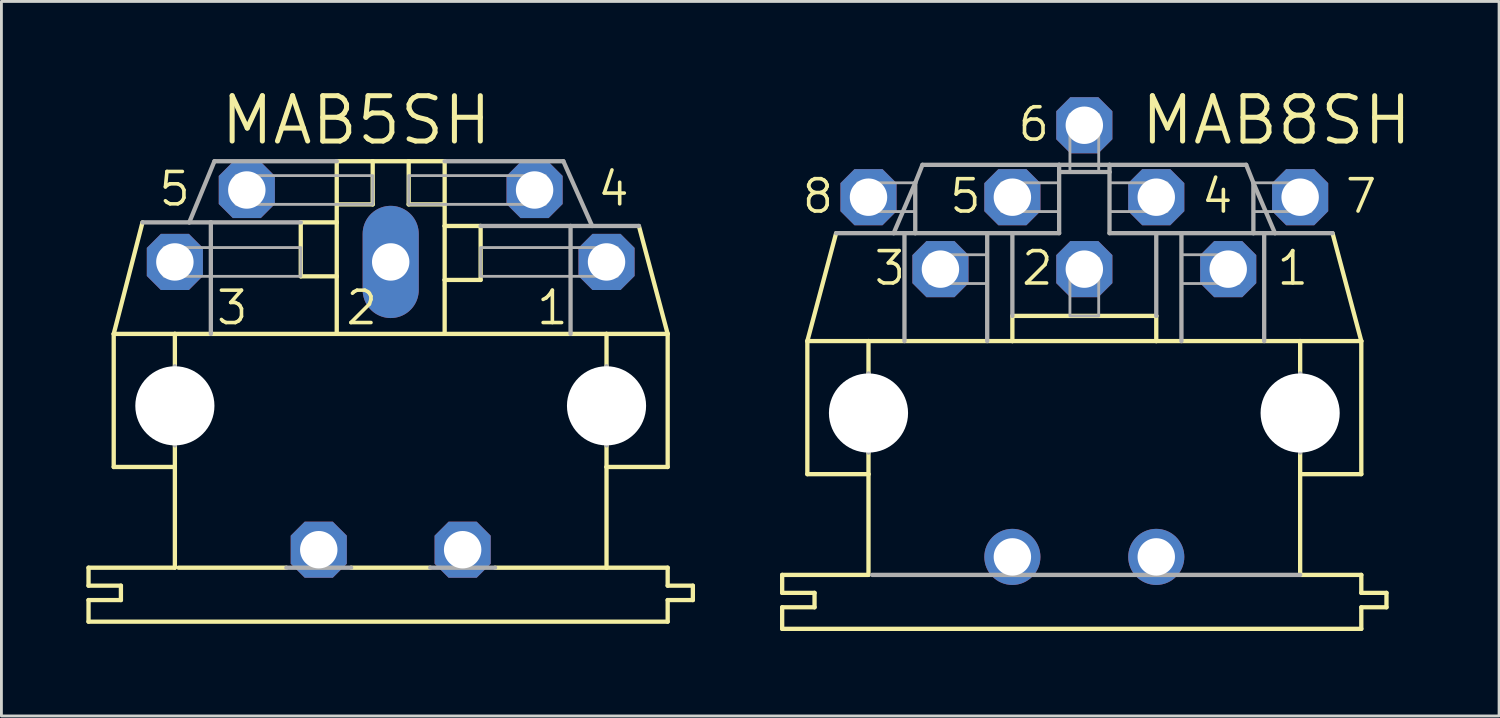
<source format=kicad_pcb>
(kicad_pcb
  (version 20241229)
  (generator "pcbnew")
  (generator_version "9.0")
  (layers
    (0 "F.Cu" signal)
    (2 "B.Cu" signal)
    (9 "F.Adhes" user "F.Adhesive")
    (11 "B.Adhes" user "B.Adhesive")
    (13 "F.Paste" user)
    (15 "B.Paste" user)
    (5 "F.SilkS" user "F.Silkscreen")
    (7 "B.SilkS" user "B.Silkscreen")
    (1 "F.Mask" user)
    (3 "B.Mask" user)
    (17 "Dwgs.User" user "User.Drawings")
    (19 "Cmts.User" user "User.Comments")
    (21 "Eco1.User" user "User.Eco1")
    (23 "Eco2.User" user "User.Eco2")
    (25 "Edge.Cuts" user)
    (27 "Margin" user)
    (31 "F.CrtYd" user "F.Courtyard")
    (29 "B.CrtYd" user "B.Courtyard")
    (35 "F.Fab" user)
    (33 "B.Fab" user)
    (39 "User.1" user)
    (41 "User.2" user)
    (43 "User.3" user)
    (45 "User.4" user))
  (footprint "MAB5SH"
    (layer "F.Cu")
    (at 10.744 11.278)
    (property "Reference" "MAB5SH" (at -6.096 -9.144 0) (layer "F.SilkS") (effects (font (size 1.6 1.6) (thickness 0.178)) (justify left bottom)))
    (fp_line (start -10.668 6.35) (end -10.668 5.715) (stroke (width 0.152) (type solid)) (layer "F.SilkS"))
    (fp_line (start -10.668 6.35) (end -9.525 6.35) (stroke (width 0.152) (type solid)) (layer "F.SilkS"))
    (fp_line (start -10.668 7.62) (end -10.668 6.858) (stroke (width 0.152) (type solid)) (layer "F.SilkS"))
    (fp_line (start -10.668 7.62) (end 9.779 7.62) (stroke (width 0.152) (type solid)) (layer "F.SilkS"))
    (fp_line (start -9.779 2.159) (end -9.779 -2.54) (stroke (width 0.152) (type solid)) (layer "F.SilkS"))
    (fp_line (start -9.779 2.159) (end -7.62 2.159) (stroke (width 0.152) (type solid)) (layer "F.SilkS"))
    (fp_line (start -9.525 6.858) (end -10.668 6.858) (stroke (width 0.152) (type solid)) (layer "F.SilkS"))
    (fp_line (start -9.525 6.858) (end -9.525 6.35) (stroke (width 0.152) (type solid)) (layer "F.SilkS"))
    (fp_line (start -8.763 -6.477) (end -9.779 -2.54) (stroke (width 0.152) (type solid)) (layer "F.SilkS"))
    (fp_line (start -7.62 -2.54) (end -9.779 -2.54) (stroke (width 0.152) (type solid)) (layer "F.SilkS"))
    (fp_line (start -7.62 -2.54) (end -7.62 -1.397) (stroke (width 0.152) (type solid)) (layer "F.SilkS"))
    (fp_line (start -7.62 2.159) (end -7.62 1.397) (stroke (width 0.152) (type solid)) (layer "F.SilkS"))
    (fp_line (start -7.62 5.715) (end -10.668 5.715) (stroke (width 0.152) (type solid)) (layer "F.SilkS"))
    (fp_line (start -7.62 5.715) (end -7.62 2.159) (stroke (width 0.152) (type solid)) (layer "F.SilkS"))
    (fp_line (start -7.493 5.715) (end -3.683 5.715) (stroke (width 0.152) (type solid)) (layer "F.SilkS"))
    (fp_line (start -3.175 -6.477) (end -3.175 -4.572) (stroke (width 0.152) (type solid)) (layer "F.SilkS"))
    (fp_line (start -1.905 -8.636) (end -1.905 -7.112) (stroke (width 0.152) (type solid)) (layer "F.SilkS"))
    (fp_line (start -1.905 -7.112) (end -1.905 -6.477) (stroke (width 0.152) (type solid)) (layer "F.SilkS"))
    (fp_line (start -1.905 -7.112) (end -0.635 -7.112) (stroke (width 0.152) (type solid)) (layer "F.SilkS"))
    (fp_line (start -1.905 -6.477) (end -3.175 -6.477) (stroke (width 0.152) (type solid)) (layer "F.SilkS"))
    (fp_line (start -1.905 -6.477) (end -1.905 -4.572) (stroke (width 0.152) (type solid)) (layer "F.SilkS"))
    (fp_line (start -1.905 -4.572) (end -3.175 -4.572) (stroke (width 0.152) (type solid)) (layer "F.SilkS"))
    (fp_line (start -1.905 -4.572) (end -1.905 -2.54) (stroke (width 0.152) (type solid)) (layer "F.SilkS"))
    (fp_line (start -1.905 -2.54) (end -7.62 -2.54) (stroke (width 0.152) (type solid)) (layer "F.SilkS"))
    (fp_line (start -1.397 5.715) (end 1.397 5.715) (stroke (width 0.152) (type solid)) (layer "F.SilkS"))
    (fp_line (start -0.635 -8.636) (end -1.905 -8.636) (stroke (width 0.152) (type solid)) (layer "F.SilkS"))
    (fp_line (start -0.635 -8.636) (end -0.635 -7.112) (stroke (width 0.152) (type solid)) (layer "F.SilkS"))
    (fp_line (start 0.635 -8.636) (end -0.635 -8.636) (stroke (width 0.152) (type solid)) (layer "F.SilkS"))
    (fp_line (start 0.635 -8.636) (end 0.635 -7.112) (stroke (width 0.152) (type solid)) (layer "F.SilkS"))
    (fp_line (start 1.905 -8.636) (end 0.635 -8.636) (stroke (width 0.152) (type solid)) (layer "F.SilkS"))
    (fp_line (start 1.905 -8.636) (end 1.905 -7.112) (stroke (width 0.152) (type solid)) (layer "F.SilkS"))
    (fp_line (start 1.905 -7.112) (end 0.635 -7.112) (stroke (width 0.152) (type solid)) (layer "F.SilkS"))
    (fp_line (start 1.905 -7.112) (end 1.905 -6.35) (stroke (width 0.152) (type solid)) (layer "F.SilkS"))
    (fp_line (start 1.905 -6.35) (end 1.905 -4.445) (stroke (width 0.152) (type solid)) (layer "F.SilkS"))
    (fp_line (start 1.905 -4.445) (end 1.905 -2.54) (stroke (width 0.152) (type solid)) (layer "F.SilkS"))
    (fp_line (start 1.905 -4.445) (end 3.175 -4.445) (stroke (width 0.152) (type solid)) (layer "F.SilkS"))
    (fp_line (start 1.905 -2.54) (end -1.905 -2.54) (stroke (width 0.152) (type solid)) (layer "F.SilkS"))
    (fp_line (start 3.175 -6.35) (end 1.905 -6.35) (stroke (width 0.152) (type solid)) (layer "F.SilkS"))
    (fp_line (start 3.175 -6.35) (end 3.175 -4.445) (stroke (width 0.152) (type solid)) (layer "F.SilkS"))
    (fp_line (start 3.683 5.715) (end 7.62 5.715) (stroke (width 0.152) (type solid)) (layer "F.SilkS"))
    (fp_line (start 7.62 -2.54) (end 1.905 -2.54) (stroke (width 0.152) (type solid)) (layer "F.SilkS"))
    (fp_line (start 7.62 -2.54) (end 7.62 -1.397) (stroke (width 0.152) (type solid)) (layer "F.SilkS"))
    (fp_line (start 7.62 2.159) (end 7.62 1.397) (stroke (width 0.152) (type solid)) (layer "F.SilkS"))
    (fp_line (start 7.62 5.715) (end 7.62 2.159) (stroke (width 0.152) (type solid)) (layer "F.SilkS"))
    (fp_line (start 8.763 -6.35) (end 9.779 -2.54) (stroke (width 0.152) (type solid)) (layer "F.SilkS"))
    (fp_line (start 9.779 -2.54) (end 7.62 -2.54) (stroke (width 0.152) (type solid)) (layer "F.SilkS"))
    (fp_line (start 9.779 2.159) (end 7.62 2.159) (stroke (width 0.152) (type solid)) (layer "F.SilkS"))
    (fp_line (start 9.779 2.159) (end 9.779 -2.54) (stroke (width 0.152) (type solid)) (layer "F.SilkS"))
    (fp_line (start 9.779 5.715) (end 7.62 5.715) (stroke (width 0.152) (type solid)) (layer "F.SilkS"))
    (fp_line (start 9.779 5.715) (end 9.779 6.35) (stroke (width 0.152) (type solid)) (layer "F.SilkS"))
    (fp_line (start 9.779 7.62) (end 9.779 6.858) (stroke (width 0.152) (type solid)) (layer "F.SilkS"))
    (fp_line (start 10.668 6.35) (end 9.779 6.35) (stroke (width 0.152) (type solid)) (layer "F.SilkS"))
    (fp_line (start 10.668 6.858) (end 9.779 6.858) (stroke (width 0.152) (type solid)) (layer "F.SilkS"))
    (fp_line (start 10.668 6.858) (end 10.668 6.35) (stroke (width 0.152) (type solid)) (layer "F.SilkS"))
    (fp_line (start -8.763 -6.477) (end -7.112 -6.477) (stroke (width 0.152) (type solid)) (layer "F.Fab"))
    (fp_line (start -7.62 -1.397) (end -7.62 1.397) (stroke (width 0.152) (type solid)) (layer "F.Fab"))
    (fp_line (start -7.112 -6.477) (end -6.223 -8.636) (stroke (width 0.152) (type solid)) (layer "F.Fab"))
    (fp_line (start -6.35 -6.477) (end -7.112 -6.477) (stroke (width 0.152) (type solid)) (layer "F.Fab"))
    (fp_line (start -6.35 -6.477) (end -6.35 -2.54) (stroke (width 0.152) (type solid)) (layer "F.Fab"))
    (fp_line (start -3.175 -6.477) (end -6.35 -6.477) (stroke (width 0.152) (type solid)) (layer "F.Fab"))
    (fp_line (start -1.905 -8.636) (end -6.223 -8.636) (stroke (width 0.152) (type solid)) (layer "F.Fab"))
    (fp_line (start -1.397 5.715) (end -3.683 5.715) (stroke (width 0.152) (type solid)) (layer "F.Fab"))
    (fp_line (start 3.683 5.715) (end 1.397 5.715) (stroke (width 0.152) (type solid)) (layer "F.Fab"))
    (fp_line (start 6.096 -8.636) (end 1.905 -8.636) (stroke (width 0.152) (type solid)) (layer "F.Fab"))
    (fp_line (start 6.096 -8.636) (end 7.112 -6.35) (stroke (width 0.152) (type solid)) (layer "F.Fab"))
    (fp_line (start 6.35 -6.35) (end 3.175 -6.35) (stroke (width 0.152) (type solid)) (layer "F.Fab"))
    (fp_line (start 6.35 -6.35) (end 6.35 -2.54) (stroke (width 0.152) (type solid)) (layer "F.Fab"))
    (fp_line (start 7.112 -6.35) (end 6.35 -6.35) (stroke (width 0.152) (type solid)) (layer "F.Fab"))
    (fp_line (start 7.62 -1.397) (end 7.62 1.397) (stroke (width 0.152) (type solid)) (layer "F.Fab"))
    (fp_line (start 8.763 -6.35) (end 7.112 -6.35) (stroke (width 0.152) (type solid)) (layer "F.Fab"))
    (fp_poly (pts (xy -8.001 -4.572) (xy -3.175 -4.572) (xy -3.175 -5.588) (xy -8.001 -5.588)) (stroke (width 0.1) (type solid)) (fill no) (layer "F.Fab"))
    (fp_poly (pts (xy -5.461 -7.112) (xy -0.635 -7.112) (xy -0.635 -8.128) (xy -5.461 -8.128)) (stroke (width 0.1) (type solid)) (fill no) (layer "F.Fab"))
    (fp_poly (pts (xy 0.635 -7.112) (xy 5.461 -7.112) (xy 5.461 -8.128) (xy 0.635 -8.128)) (stroke (width 0.1) (type solid)) (fill no) (layer "F.Fab"))
    (fp_poly (pts (xy 3.175 -4.572) (xy 8.001 -4.572) (xy 8.001 -5.588) (xy 3.175 -5.588)) (stroke (width 0.1) (type solid)) (fill no) (layer "F.Fab"))
    (fp_text user "1" (at 5.08 -2.794 0) (layer "F.SilkS") (effects (font (size 1.143 1.143) (thickness 0.127)) (justify left bottom)))
    (fp_text user "2" (at -1.651 -2.794 0) (layer "F.SilkS") (effects (font (size 1.143 1.143) (thickness 0.127)) (justify left bottom)))
    (fp_text user "4" (at 7.239 -6.985 0) (layer "F.SilkS") (effects (font (size 1.143 1.143) (thickness 0.127)) (justify left bottom)))
    (fp_text user "3" (at -6.223 -2.794 0) (layer "F.SilkS") (effects (font (size 1.143 1.143) (thickness 0.127)) (justify left bottom)))
    (fp_text user "5" (at -8.255 -6.985 0) (layer "F.SilkS") (effects (font (size 1.143 1.143) (thickness 0.127)) (justify left bottom)))
    (pad "" np_thru_hole circle (at -7.62 0) (size 2.794 2.794) (drill 2.794) (layers "*.Cu" "*.Mask"))
    (pad "" np_thru_hole circle (at 7.62 0) (size 2.794 2.794) (drill 2.794) (layers "*.Cu" "*.Mask"))
    (pad "1" thru_hole roundrect (at 7.62 -5.08) (size 1.981 1.981) (drill 1.321) (layers "*.Cu" "*.Mask") (roundrect_rratio 0.25) (chamfer_ratio 0.25) (chamfer top_left top_right bottom_left bottom_right))
    (pad "2" thru_hole oval (at 0 -5.08 90) (size 3.962 1.981) (drill 1.321) (layers "*.Cu" "*.Mask"))
    (pad "3" thru_hole roundrect (at -7.62 -5.08) (size 1.981 1.981) (drill 1.321) (layers "*.Cu" "*.Mask") (roundrect_rratio 0.25) (chamfer_ratio 0.25) (chamfer top_left top_right bottom_left bottom_right))
    (pad "4" thru_hole roundrect (at 5.08 -7.62) (size 1.981 1.981) (drill 1.321) (layers "*.Cu" "*.Mask") (roundrect_rratio 0.25) (chamfer_ratio 0.25) (chamfer top_left top_right bottom_left bottom_right))
    (pad "5" thru_hole roundrect (at -5.08 -7.62) (size 1.981 1.981) (drill 1.321) (layers "*.Cu" "*.Mask") (roundrect_rratio 0.25) (chamfer_ratio 0.25) (chamfer top_left top_right bottom_left bottom_right))
    (pad "PE" thru_hole roundrect (at -2.54 5.08) (size 1.981 1.981) (drill 1.321) (layers "*.Cu" "*.Mask") (roundrect_rratio 0.25) (chamfer_ratio 0.25) (chamfer top_left top_right bottom_left bottom_right))
    (pad "PE@" thru_hole roundrect (at 2.54 5.08) (size 1.981 1.981) (drill 1.321) (layers "*.Cu" "*.Mask") (roundrect_rratio 0.25) (chamfer_ratio 0.25) (chamfer top_left top_right bottom_left bottom_right)))
  (footprint "MAB8SH"
    (layer "F.Cu")
    (at 35.233 11.532)
    (property "Reference" "MAB8SH" (at 1.905 -9.398 0) (layer "F.SilkS") (effects (font (size 1.6 1.6) (thickness 0.178)) (justify left bottom)))
    (fp_line (start -10.668 6.35) (end -10.668 5.715) (stroke (width 0.152) (type solid)) (layer "F.SilkS"))
    (fp_line (start -10.668 6.35) (end -9.525 6.35) (stroke (width 0.152) (type solid)) (layer "F.SilkS"))
    (fp_line (start -10.668 7.62) (end -10.668 6.858) (stroke (width 0.152) (type solid)) (layer "F.SilkS"))
    (fp_line (start -10.668 7.62) (end 9.779 7.62) (stroke (width 0.152) (type solid)) (layer "F.SilkS"))
    (fp_line (start -9.779 2.159) (end -9.779 -2.54) (stroke (width 0.152) (type solid)) (layer "F.SilkS"))
    (fp_line (start -9.779 2.159) (end -7.62 2.159) (stroke (width 0.152) (type solid)) (layer "F.SilkS"))
    (fp_line (start -9.525 6.858) (end -10.668 6.858) (stroke (width 0.152) (type solid)) (layer "F.SilkS"))
    (fp_line (start -9.525 6.858) (end -9.525 6.35) (stroke (width 0.152) (type solid)) (layer "F.SilkS"))
    (fp_line (start -8.763 -6.35) (end -9.779 -2.54) (stroke (width 0.152) (type solid)) (layer "F.SilkS"))
    (fp_line (start -7.62 -2.54) (end -9.779 -2.54) (stroke (width 0.152) (type solid)) (layer "F.SilkS"))
    (fp_line (start -7.62 -2.54) (end -7.62 -1.397) (stroke (width 0.152) (type solid)) (layer "F.SilkS"))
    (fp_line (start -7.62 2.159) (end -7.62 1.397) (stroke (width 0.152) (type solid)) (layer "F.SilkS"))
    (fp_line (start -7.62 5.715) (end -10.668 5.715) (stroke (width 0.152) (type solid)) (layer "F.SilkS"))
    (fp_line (start -7.62 5.715) (end -7.62 2.159) (stroke (width 0.152) (type solid)) (layer "F.SilkS"))
    (fp_line (start -2.54 -3.429) (end -2.54 -2.54) (stroke (width 0.152) (type solid)) (layer "F.SilkS"))
    (fp_line (start -2.54 -3.429) (end 2.54 -3.429) (stroke (width 0.152) (type solid)) (layer "F.SilkS"))
    (fp_line (start -2.54 -2.54) (end -7.62 -2.54) (stroke (width 0.152) (type solid)) (layer "F.SilkS"))
    (fp_line (start 2.54 -3.429) (end 2.54 -2.54) (stroke (width 0.152) (type solid)) (layer "F.SilkS"))
    (fp_line (start 2.54 -2.54) (end -2.54 -2.54) (stroke (width 0.152) (type solid)) (layer "F.SilkS"))
    (fp_line (start 7.62 -2.54) (end 2.54 -2.54) (stroke (width 0.152) (type solid)) (layer "F.SilkS"))
    (fp_line (start 7.62 -2.54) (end 7.62 -1.397) (stroke (width 0.152) (type solid)) (layer "F.SilkS"))
    (fp_line (start 7.62 2.159) (end 7.62 1.397) (stroke (width 0.152) (type solid)) (layer "F.SilkS"))
    (fp_line (start 7.62 5.715) (end 7.62 2.159) (stroke (width 0.152) (type solid)) (layer "F.SilkS"))
    (fp_line (start 8.763 -6.35) (end 9.779 -2.54) (stroke (width 0.152) (type solid)) (layer "F.SilkS"))
    (fp_line (start 9.779 -2.54) (end 7.62 -2.54) (stroke (width 0.152) (type solid)) (layer "F.SilkS"))
    (fp_line (start 9.779 2.159) (end 7.62 2.159) (stroke (width 0.152) (type solid)) (layer "F.SilkS"))
    (fp_line (start 9.779 2.159) (end 9.779 -2.54) (stroke (width 0.152) (type solid)) (layer "F.SilkS"))
    (fp_line (start 9.779 5.715) (end 7.62 5.715) (stroke (width 0.152) (type solid)) (layer "F.SilkS"))
    (fp_line (start 9.779 5.715) (end 9.779 6.35) (stroke (width 0.152) (type solid)) (layer "F.SilkS"))
    (fp_line (start 9.779 7.62) (end 9.779 6.858) (stroke (width 0.152) (type solid)) (layer "F.SilkS"))
    (fp_line (start 10.668 6.35) (end 9.779 6.35) (stroke (width 0.152) (type solid)) (layer "F.SilkS"))
    (fp_line (start 10.668 6.858) (end 9.779 6.858) (stroke (width 0.152) (type solid)) (layer "F.SilkS"))
    (fp_line (start 10.668 6.858) (end 10.668 6.35) (stroke (width 0.152) (type solid)) (layer "F.SilkS"))
    (fp_line (start -8.763 -6.35) (end -6.731 -6.35) (stroke (width 0.152) (type solid)) (layer "F.Fab"))
    (fp_line (start -7.62 -1.397) (end -7.62 1.397) (stroke (width 0.152) (type solid)) (layer "F.Fab"))
    (fp_line (start -7.493 5.715) (end 7.62 5.715) (stroke (width 0.152) (type solid)) (layer "F.Fab"))
    (fp_line (start -6.731 -6.35) (end -5.969 -8.128) (stroke (width 0.152) (type solid)) (layer "F.Fab"))
    (fp_line (start -6.35 -6.35) (end -6.731 -6.35) (stroke (width 0.152) (type solid)) (layer "F.Fab"))
    (fp_line (start -6.35 -6.35) (end -6.35 -2.54) (stroke (width 0.152) (type solid)) (layer "F.Fab"))
    (fp_line (start -5.969 -8.128) (end -5.969 -6.35) (stroke (width 0.152) (type solid)) (layer "F.Fab"))
    (fp_line (start -5.969 -8.128) (end -5.715 -8.763) (stroke (width 0.152) (type solid)) (layer "F.Fab"))
    (fp_line (start -5.969 -6.35) (end -6.35 -6.35) (stroke (width 0.152) (type solid)) (layer "F.Fab"))
    (fp_line (start -3.429 -6.35) (end -5.969 -6.35) (stroke (width 0.152) (type solid)) (layer "F.Fab"))
    (fp_line (start -3.429 -6.35) (end -3.429 -2.54) (stroke (width 0.152) (type solid)) (layer "F.Fab"))
    (fp_line (start -2.54 -6.35) (end -3.429 -6.35) (stroke (width 0.152) (type solid)) (layer "F.Fab"))
    (fp_line (start -2.54 -6.35) (end -2.54 -3.429) (stroke (width 0.152) (type solid)) (layer "F.Fab"))
    (fp_line (start -2.54 -6.35) (end -0.889 -6.35) (stroke (width 0.152) (type solid)) (layer "F.Fab"))
    (fp_line (start -0.889 -8.763) (end -5.715 -8.763) (stroke (width 0.152) (type solid)) (layer "F.Fab"))
    (fp_line (start -0.889 -8.509) (end -0.889 -8.763) (stroke (width 0.152) (type solid)) (layer "F.Fab"))
    (fp_line (start -0.889 -8.509) (end 0.889 -8.509) (stroke (width 0.152) (type solid)) (layer "F.Fab"))
    (fp_line (start -0.889 -6.35) (end -0.889 -8.509) (stroke (width 0.152) (type solid)) (layer "F.Fab"))
    (fp_line (start 0.889 -8.763) (end -0.889 -8.763) (stroke (width 0.152) (type solid)) (layer "F.Fab"))
    (fp_line (start 0.889 -8.763) (end 0.889 -8.509) (stroke (width 0.152) (type solid)) (layer "F.Fab"))
    (fp_line (start 0.889 -8.509) (end 0.889 -6.35) (stroke (width 0.152) (type solid)) (layer "F.Fab"))
    (fp_line (start 2.54 -6.35) (end 0.889 -6.35) (stroke (width 0.152) (type solid)) (layer "F.Fab"))
    (fp_line (start 2.54 -6.35) (end 2.54 -3.429) (stroke (width 0.152) (type solid)) (layer "F.Fab"))
    (fp_line (start 3.429 -6.35) (end 2.54 -6.35) (stroke (width 0.152) (type solid)) (layer "F.Fab"))
    (fp_line (start 3.429 -6.35) (end 3.429 -2.54) (stroke (width 0.152) (type solid)) (layer "F.Fab"))
    (fp_line (start 5.715 -8.763) (end 0.889 -8.763) (stroke (width 0.152) (type solid)) (layer "F.Fab"))
    (fp_line (start 5.715 -8.763) (end 5.969 -8.128) (stroke (width 0.152) (type solid)) (layer "F.Fab"))
    (fp_line (start 5.969 -8.128) (end 5.969 -6.35) (stroke (width 0.152) (type solid)) (layer "F.Fab"))
    (fp_line (start 5.969 -8.128) (end 6.731 -6.35) (stroke (width 0.152) (type solid)) (layer "F.Fab"))
    (fp_line (start 5.969 -6.35) (end 3.429 -6.35) (stroke (width 0.152) (type solid)) (layer "F.Fab"))
    (fp_line (start 6.35 -6.35) (end 5.969 -6.35) (stroke (width 0.152) (type solid)) (layer "F.Fab"))
    (fp_line (start 6.35 -6.35) (end 6.35 -2.54) (stroke (width 0.152) (type solid)) (layer "F.Fab"))
    (fp_line (start 6.731 -6.35) (end 6.35 -6.35) (stroke (width 0.152) (type solid)) (layer "F.Fab"))
    (fp_line (start 7.62 -1.397) (end 7.62 1.397) (stroke (width 0.152) (type solid)) (layer "F.Fab"))
    (fp_line (start 8.763 -6.35) (end 6.731 -6.35) (stroke (width 0.152) (type solid)) (layer "F.Fab"))
    (fp_poly (pts (xy -8.001 -7.112) (xy -5.969 -7.112) (xy -5.969 -8.128) (xy -8.001 -8.128)) (stroke (width 0.1) (type solid)) (fill no) (layer "F.Fab"))
    (fp_poly (pts (xy -5.461 -4.572) (xy -3.429 -4.572) (xy -3.429 -5.588) (xy -5.461 -5.588)) (stroke (width 0.1) (type solid)) (fill no) (layer "F.Fab"))
    (fp_poly (pts (xy -2.921 -7.112) (xy -0.889 -7.112) (xy -0.889 -8.128) (xy -2.921 -8.128)) (stroke (width 0.1) (type solid)) (fill no) (layer "F.Fab"))
    (fp_poly (pts (xy -0.508 -8.509) (xy 0.508 -8.509) (xy 0.508 -10.541) (xy -0.508 -10.541)) (stroke (width 0.1) (type solid)) (fill no) (layer "F.Fab"))
    (fp_poly (pts (xy -0.508 -3.429) (xy 0.508 -3.429) (xy 0.508 -5.461) (xy -0.508 -5.461)) (stroke (width 0.1) (type solid)) (fill no) (layer "F.Fab"))
    (fp_poly (pts (xy 0.889 -7.112) (xy 2.921 -7.112) (xy 2.921 -8.128) (xy 0.889 -8.128)) (stroke (width 0.1) (type solid)) (fill no) (layer "F.Fab"))
    (fp_poly (pts (xy 3.429 -4.572) (xy 5.461 -4.572) (xy 5.461 -5.588) (xy 3.429 -5.588)) (stroke (width 0.1) (type solid)) (fill no) (layer "F.Fab"))
    (fp_poly (pts (xy 5.969 -7.112) (xy 8.001 -7.112) (xy 8.001 -8.128) (xy 5.969 -8.128)) (stroke (width 0.1) (type solid)) (fill no) (layer "F.Fab"))
    (fp_text user "5" (at -4.826 -6.985 0) (layer "F.SilkS") (effects (font (size 1.143 1.143) (thickness 0.127)) (justify left bottom)))
    (fp_text user "4" (at 4.064 -6.985 0) (layer "F.SilkS") (effects (font (size 1.143 1.143) (thickness 0.127)) (justify left bottom)))
    (fp_text user "1" (at 6.731 -4.445 0) (layer "F.SilkS") (effects (font (size 1.143 1.143) (thickness 0.127)) (justify left bottom)))
    (fp_text user "2" (at -2.286 -4.445 0) (layer "F.SilkS") (effects (font (size 1.143 1.143) (thickness 0.127)) (justify left bottom)))
    (fp_text user "8" (at -10.033 -6.985 0) (layer "F.SilkS") (effects (font (size 1.143 1.143) (thickness 0.127)) (justify left bottom)))
    (fp_text user "6" (at -2.413 -9.525 0) (layer "F.SilkS") (effects (font (size 1.143 1.143) (thickness 0.127)) (justify left bottom)))
    (fp_text user "7" (at 9.144 -6.985 0) (layer "F.SilkS") (effects (font (size 1.143 1.143) (thickness 0.127)) (justify left bottom)))
    (fp_text user "3" (at -7.493 -4.445 0) (layer "F.SilkS") (effects (font (size 1.143 1.143) (thickness 0.127)) (justify left bottom)))
    (pad "" np_thru_hole circle (at -7.62 0) (size 2.794 2.794) (drill 2.794) (layers "*.Cu" "*.Mask"))
    (pad "" np_thru_hole circle (at 7.62 0) (size 2.794 2.794) (drill 2.794) (layers "*.Cu" "*.Mask"))
    (pad "1" thru_hole roundrect (at 5.08 -5.08) (size 1.981 1.981) (drill 1.321) (layers "*.Cu" "*.Mask") (roundrect_rratio 0.25) (chamfer_ratio 0.25) (chamfer top_left top_right bottom_left bottom_right))
    (pad "2" thru_hole roundrect (at 0 -5.08) (size 1.981 1.981) (drill 1.321) (layers "*.Cu" "*.Mask") (roundrect_rratio 0.25) (chamfer_ratio 0.25) (chamfer top_left top_right bottom_left bottom_right))
    (pad "3" thru_hole roundrect (at -5.08 -5.08) (size 1.981 1.981) (drill 1.321) (layers "*.Cu" "*.Mask") (roundrect_rratio 0.25) (chamfer_ratio 0.25) (chamfer top_left top_right bottom_left bottom_right))
    (pad "4" thru_hole roundrect (at 2.54 -7.62) (size 1.981 1.981) (drill 1.321) (layers "*.Cu" "*.Mask") (roundrect_rratio 0.25) (chamfer_ratio 0.25) (chamfer top_left top_right bottom_left bottom_right))
    (pad "5" thru_hole roundrect (at -2.54 -7.62) (size 1.981 1.981) (drill 1.321) (layers "*.Cu" "*.Mask") (roundrect_rratio 0.25) (chamfer_ratio 0.25) (chamfer top_left top_right bottom_left bottom_right))
    (pad "6" thru_hole roundrect (at 0 -10.16) (size 1.981 1.981) (drill 1.321) (layers "*.Cu" "*.Mask") (roundrect_rratio 0.25) (chamfer_ratio 0.25) (chamfer top_left top_right bottom_left bottom_right))
    (pad "7" thru_hole roundrect (at 7.62 -7.62) (size 1.981 1.981) (drill 1.321) (layers "*.Cu" "*.Mask") (roundrect_rratio 0.25) (chamfer_ratio 0.25) (chamfer top_left top_right bottom_left bottom_right))
    (pad "8" thru_hole roundrect (at -7.62 -7.62) (size 1.981 1.981) (drill 1.321) (layers "*.Cu" "*.Mask") (roundrect_rratio 0.25) (chamfer_ratio 0.25) (chamfer top_left top_right bottom_left bottom_right))
    (pad "PE" thru_hole circle (at -2.54 5.08) (size 1.981 1.981) (drill 1.321) (layers "*.Cu" "*.Mask"))
    (pad "PE@" thru_hole circle (at 2.54 5.08) (size 1.981 1.981) (drill 1.321) (layers "*.Cu" "*.Mask")))
  (gr_rect
    (start -3 -3)
    (end 49.876 22.228)
    (stroke (width 0.1) (type default))
    (fill no)
    (layer "Edge.Cuts")))
</source>
